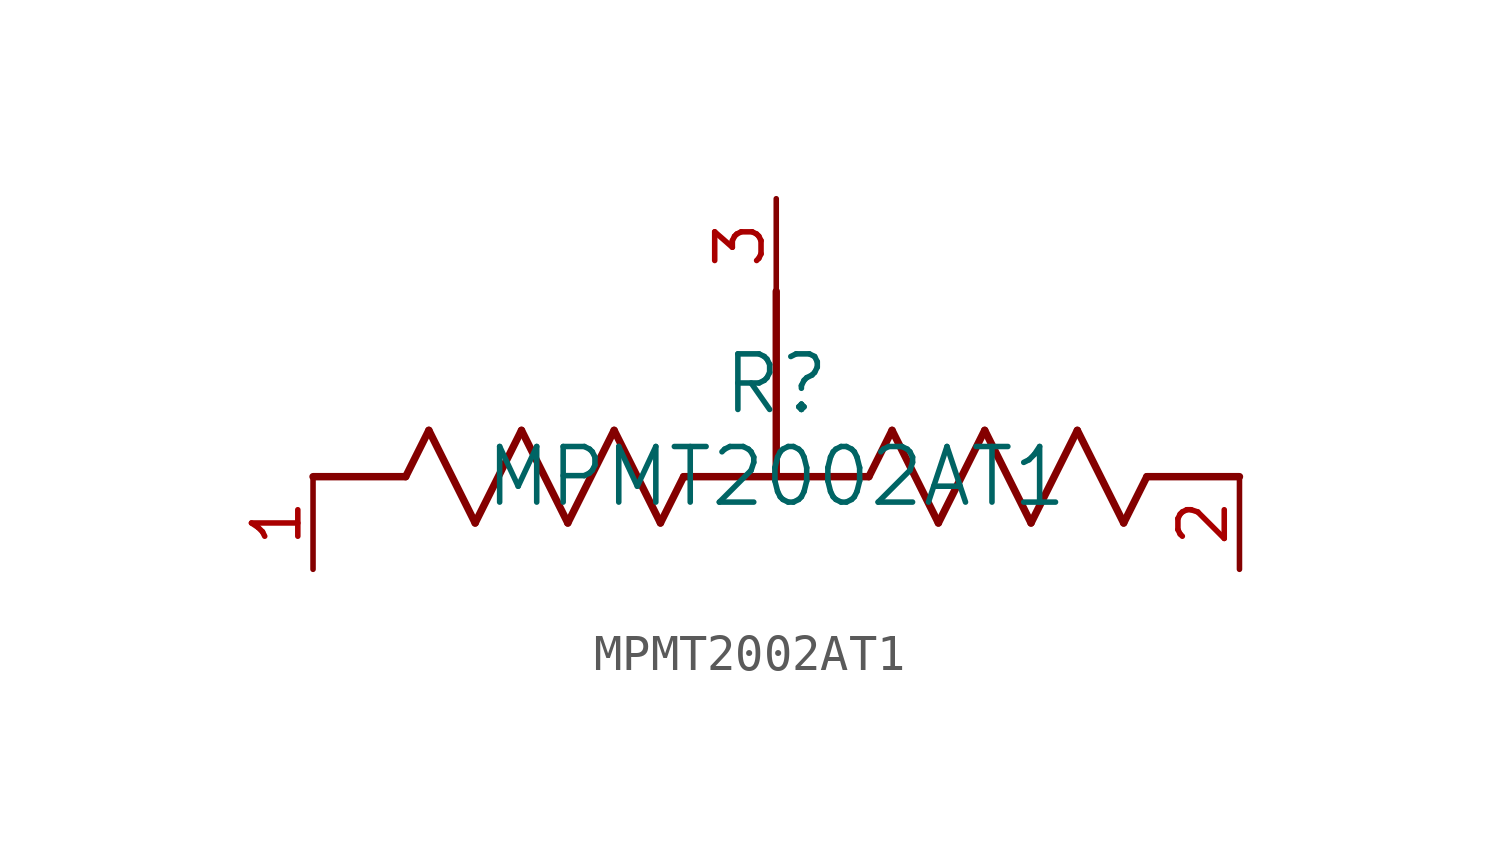
<source format=kicad_sym>
(kicad_symbol_lib
  (version 20211014)
  (generator kicad_symbol_editor)
  (symbol "MPMT2002AT1"
    (pin_names
      (offset 0.254))
    (property "Reference" "R"
      (at 12.7 2.54 0)
      (effects (font (size 1.524 1.524))))
    (property "Value" "MPMT2002AT1"
      (at 12.7 0 0)
      (effects (font (size 1.524 1.524))))
    (symbol "MPMT2002AT1_0_1"
      (polyline (pts (xy 3.175 1.27) (xy 4.445 -1.27)) (stroke (width 0.203) (type default) (color 0 0 0 0)) (fill (type none)))
      (polyline (pts (xy 4.445 -1.27) (xy 5.715 1.27)) (stroke (width 0.203) (type default) (color 0 0 0 0)) (fill (type none)))
      (polyline (pts (xy 5.715 1.27) (xy 6.985 -1.27)) (stroke (width 0.203) (type default) (color 0 0 0 0)) (fill (type none)))
      (polyline (pts (xy 6.985 -1.27) (xy 8.255 1.27)) (stroke (width 0.203) (type default) (color 0 0 0 0)) (fill (type none)))
      (polyline (pts (xy 8.255 1.27) (xy 9.525 -1.27)) (stroke (width 0.203) (type default) (color 0 0 0 0)) (fill (type none)))
      (polyline (pts (xy 2.54 0) (xy 3.175 1.27)) (stroke (width 0.203) (type default) (color 0 0 0 0)) (fill (type none)))
      (polyline (pts (xy 9.525 -1.27) (xy 10.16 0)) (stroke (width 0.203) (type default) (color 0 0 0 0)) (fill (type none)))
      (polyline (pts (xy 15.875 1.27) (xy 17.145 -1.27)) (stroke (width 0.203) (type default) (color 0 0 0 0)) (fill (type none)))
      (polyline (pts (xy 17.145 -1.27) (xy 18.415 1.27)) (stroke (width 0.203) (type default) (color 0 0 0 0)) (fill (type none)))
      (polyline (pts (xy 18.415 1.27) (xy 19.685 -1.27)) (stroke (width 0.203) (type default) (color 0 0 0 0)) (fill (type none)))
      (polyline (pts (xy 19.685 -1.27) (xy 20.955 1.27)) (stroke (width 0.203) (type default) (color 0 0 0 0)) (fill (type none)))
      (polyline (pts (xy 20.955 1.27) (xy 22.225 -1.27)) (stroke (width 0.203) (type default) (color 0 0 0 0)) (fill (type none)))
      (polyline (pts (xy 15.24 0) (xy 15.875 1.27)) (stroke (width 0.203) (type default) (color 0 0 0 0)) (fill (type none)))
      (polyline (pts (xy 22.225 -1.27) (xy 22.86 0)) (stroke (width 0.203) (type default) (color 0 0 0 0)) (fill (type none)))
      (polyline (pts (xy 10.16 0) (xy 15.24 0)) (stroke (width 0.203) (type default) (color 0 0 0 0)) (fill (type none)))
      (polyline (pts (xy 0 0) (xy 2.54 0)) (stroke (width 0.203) (type default) (color 0 0 0 0)) (fill (type none)))
      (polyline (pts (xy 22.86 0) (xy 25.4 0)) (stroke (width 0.203) (type default) (color 0 0 0 0)) (fill (type none)))
      (polyline (pts (xy 12.7 0) (xy 12.7 5.08)) (stroke (width 0.203) (type default) (color 0 0 0 0)) (fill (type none)))
      (pin unspecified line (at 0 -2.54 90) (length 2.54) (name "" (effects (font (size 1.27 1.27)))) (number "1" (effects (font (size 1.27 1.27)))))
      (pin unspecified line (at 12.7 7.62 270) (length 2.54) (name "" (effects (font (size 1.27 1.27)))) (number "3" (effects (font (size 1.27 1.27)))))
      (pin unspecified line (at 25.4 -2.54 90) (length 2.54) (name "" (effects (font (size 1.27 1.27)))) (number "2" (effects (font (size 1.27 1.27))))))))
</source>
